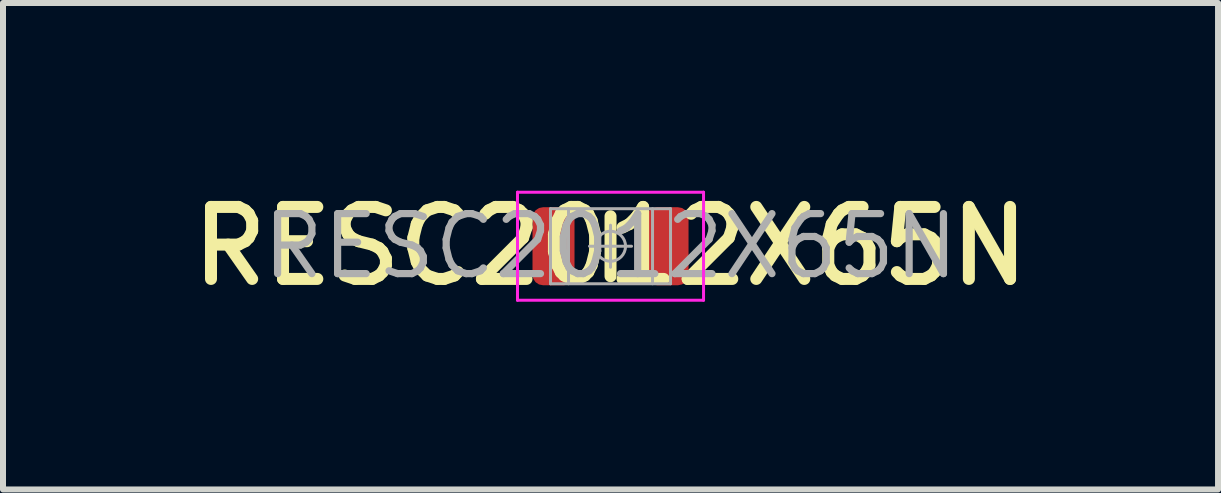
<source format=kicad_pcb>
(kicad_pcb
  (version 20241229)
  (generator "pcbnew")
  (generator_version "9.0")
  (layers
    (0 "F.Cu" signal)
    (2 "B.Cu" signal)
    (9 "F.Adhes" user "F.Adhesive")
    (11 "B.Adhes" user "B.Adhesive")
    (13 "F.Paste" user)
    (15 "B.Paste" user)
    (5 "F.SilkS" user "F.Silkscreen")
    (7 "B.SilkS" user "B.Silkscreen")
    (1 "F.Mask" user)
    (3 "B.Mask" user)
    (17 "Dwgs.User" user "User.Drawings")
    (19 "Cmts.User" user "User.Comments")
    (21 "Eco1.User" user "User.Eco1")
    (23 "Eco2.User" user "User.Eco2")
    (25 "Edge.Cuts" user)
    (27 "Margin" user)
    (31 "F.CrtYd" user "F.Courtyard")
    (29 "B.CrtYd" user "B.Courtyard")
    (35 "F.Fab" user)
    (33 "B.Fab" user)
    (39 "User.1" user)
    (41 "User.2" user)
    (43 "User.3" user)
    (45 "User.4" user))
  (footprint "RESC2012X65N"
    (layer "F.Cu")
    (at 7.123 1.053)
    (property "Reference" "RESC2012X65N" (at 0 0 0) (layer "F.SilkS") (effects (font (size 1.2 1.2) (thickness 0.2))))
    (attr smd)
    (fp_line (start 0 -0.5) (end 0 0.5) (stroke (width 0.2) (type solid)) (layer "F.SilkS"))
    (fp_line (start -1.55 -0.9) (end -1.55 0.9) (stroke (width 0.05) (type solid)) (layer "F.CrtYd"))
    (fp_line (start -1.55 -0.9) (end 1.55 -0.9) (stroke (width 0.05) (type solid)) (layer "F.CrtYd"))
    (fp_line (start -1.55 0.9) (end 1.55 0.9) (stroke (width 0.05) (type solid)) (layer "F.CrtYd"))
    (fp_line (start 1.55 -0.9) (end 1.55 0.9) (stroke (width 0.05) (type solid)) (layer "F.CrtYd"))
    (fp_line (start -1 -0.625) (end -1 0.625) (stroke (width 0.05) (type solid)) (layer "F.Fab"))
    (fp_line (start -1 0.625) (end 1 0.625) (stroke (width 0.05) (type solid)) (layer "F.Fab"))
    (fp_line (start -0.7 -0.625) (end -0.7 0.625) (stroke (width 0.05) (type solid)) (layer "F.Fab"))
    (fp_line (start -0.35 0) (end 0.35 0) (stroke (width 0.05) (type solid)) (layer "F.Fab"))
    (fp_line (start 0 -0.35) (end 0 0.35) (stroke (width 0.05) (type solid)) (layer "F.Fab"))
    (fp_line (start 0.7 0.625) (end 0.7 -0.625) (stroke (width 0.05) (type solid)) (layer "F.Fab"))
    (fp_line (start 1 -0.625) (end -1 -0.625) (stroke (width 0.05) (type solid)) (layer "F.Fab"))
    (fp_line (start 1 0.625) (end 1 -0.625) (stroke (width 0.05) (type solid)) (layer "F.Fab"))
    (fp_circle (center 0 0) (end 0.25 0) (stroke (width 0.05) (type solid)) (fill no) (layer "F.Fab"))
    (fp_text user "${REFERENCE}" (at 0 0 0) (layer "F.Fab") (effects (font (size 1 1) (thickness 0.12))))
    (pad "1" smd roundrect (at -0.95 0) (size 0.7 1.3) (layers "F.Cu" "F.Mask" "F.Paste") (roundrect_rratio 0.25))
    (pad "2" smd roundrect (at 0.95 0) (size 0.7 1.3) (layers "F.Cu" "F.Mask" "F.Paste") (roundrect_rratio 0.25)))
  (gr_rect
    (start -3 -3)
    (end 17.246 5.106)
    (stroke (width 0.1) (type default))
    (fill no)
    (layer "Edge.Cuts")))
</source>
